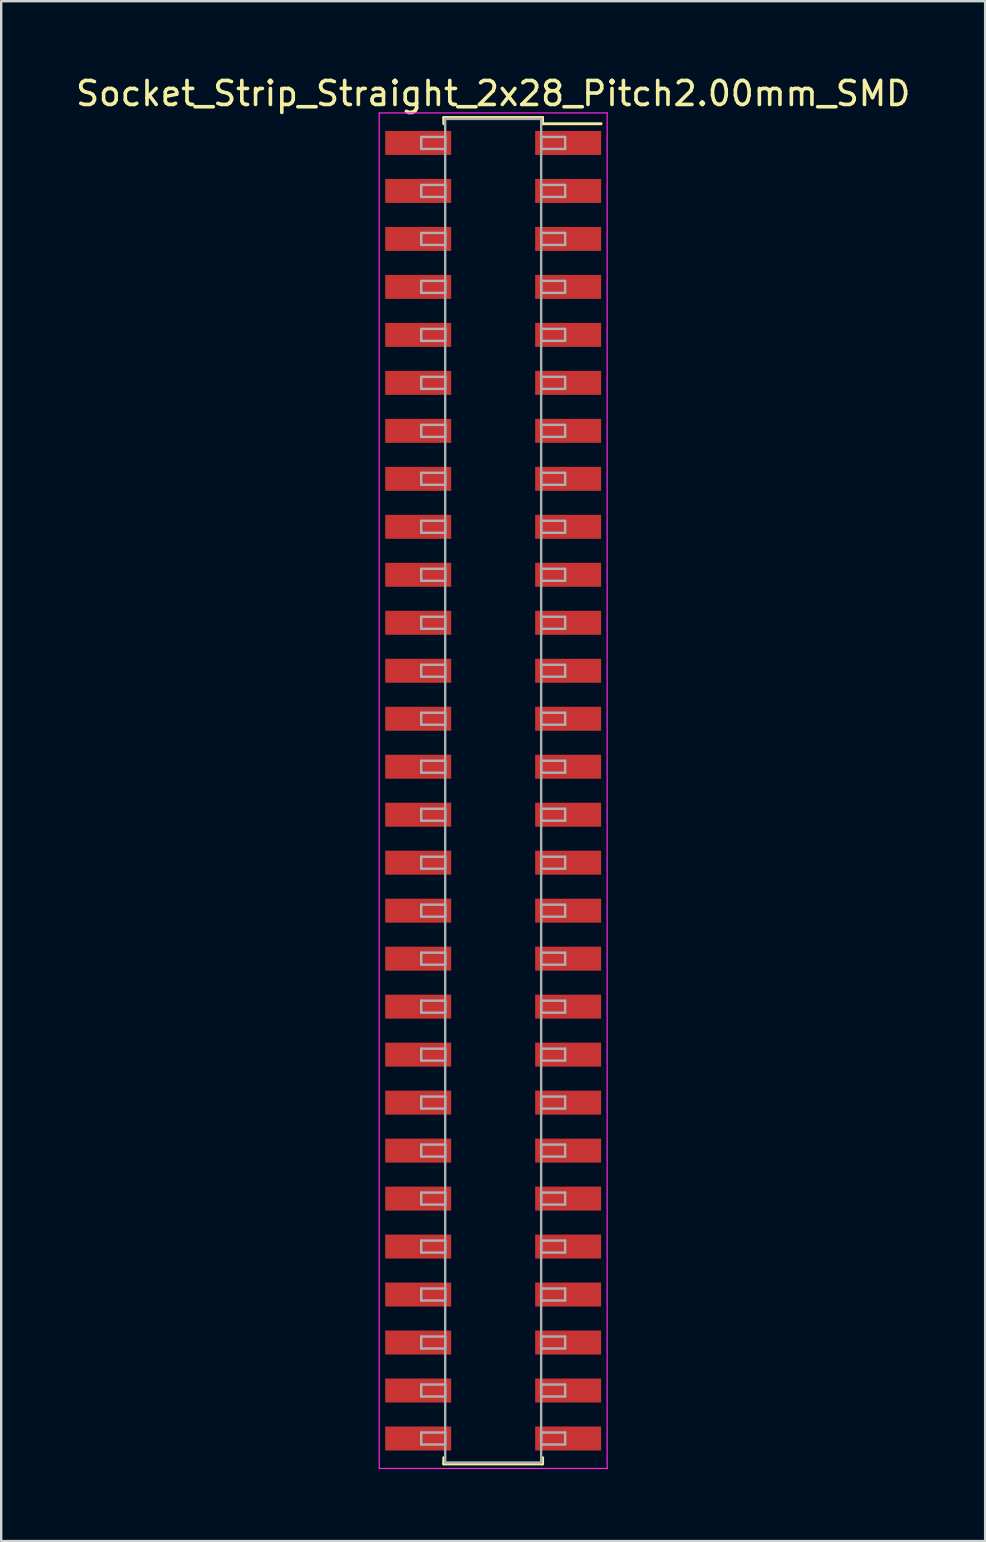
<source format=kicad_pcb>
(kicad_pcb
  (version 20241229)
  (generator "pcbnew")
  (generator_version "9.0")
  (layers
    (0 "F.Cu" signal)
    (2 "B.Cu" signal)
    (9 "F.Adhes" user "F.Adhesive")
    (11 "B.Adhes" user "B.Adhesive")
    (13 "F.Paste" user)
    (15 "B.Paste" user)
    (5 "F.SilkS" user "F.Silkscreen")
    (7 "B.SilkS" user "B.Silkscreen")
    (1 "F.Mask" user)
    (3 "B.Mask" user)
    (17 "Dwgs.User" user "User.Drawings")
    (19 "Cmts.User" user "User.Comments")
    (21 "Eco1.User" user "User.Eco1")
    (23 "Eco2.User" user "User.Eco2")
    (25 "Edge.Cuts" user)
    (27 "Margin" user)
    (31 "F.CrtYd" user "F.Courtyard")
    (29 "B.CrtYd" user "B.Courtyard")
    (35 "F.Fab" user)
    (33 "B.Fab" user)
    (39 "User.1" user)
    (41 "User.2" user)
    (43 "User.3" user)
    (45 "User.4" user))
  (footprint "Socket_Strip_Straight_2x28_Pitch2.00mm_SMD"
    (layer "F.Cu")
    (at 17.506 29.908)
    (property "Reference" "Socket_Strip_Straight_2x28_Pitch2.00mm_SMD" (at 0 -29.06 0) (layer "F.SilkS") (effects (font (size 1 1) (thickness 0.15))))
    (attr smd)
    (fp_line (start -2.06 -28.06) (end 2.06 -28.06) (stroke (width 0.12) (type solid)) (layer "F.SilkS"))
    (fp_line (start -2.06 -27.8) (end -2.06 -28.06) (stroke (width 0.12) (type solid)) (layer "F.SilkS"))
    (fp_line (start -2.06 27.8) (end -2.06 28.06) (stroke (width 0.12) (type solid)) (layer "F.SilkS"))
    (fp_line (start -2.06 28.06) (end 2.06 28.06) (stroke (width 0.12) (type solid)) (layer "F.SilkS"))
    (fp_line (start 2.06 -28.06) (end 2.06 -27.8) (stroke (width 0.12) (type solid)) (layer "F.SilkS"))
    (fp_line (start 2.06 28.06) (end 2.06 27.8) (stroke (width 0.12) (type solid)) (layer "F.SilkS"))
    (fp_line (start 4.5 -27.8) (end 2.06 -27.8) (stroke (width 0.12) (type solid)) (layer "F.SilkS"))
    (fp_line (start -4.75 -28.25) (end -4.75 28.25) (stroke (width 0.05) (type solid)) (layer "F.CrtYd"))
    (fp_line (start -4.75 28.25) (end 4.75 28.25) (stroke (width 0.05) (type solid)) (layer "F.CrtYd"))
    (fp_line (start 4.75 -28.25) (end -4.75 -28.25) (stroke (width 0.05) (type solid)) (layer "F.CrtYd"))
    (fp_line (start 4.75 28.25) (end 4.75 -28.25) (stroke (width 0.05) (type solid)) (layer "F.CrtYd"))
    (fp_line (start -3 -27.25) (end -2 -27.25) (stroke (width 0.1) (type solid)) (layer "F.Fab"))
    (fp_line (start -3 -26.75) (end -3 -27.25) (stroke (width 0.1) (type solid)) (layer "F.Fab"))
    (fp_line (start -3 -25.25) (end -2 -25.25) (stroke (width 0.1) (type solid)) (layer "F.Fab"))
    (fp_line (start -3 -24.75) (end -3 -25.25) (stroke (width 0.1) (type solid)) (layer "F.Fab"))
    (fp_line (start -3 -23.25) (end -2 -23.25) (stroke (width 0.1) (type solid)) (layer "F.Fab"))
    (fp_line (start -3 -22.75) (end -3 -23.25) (stroke (width 0.1) (type solid)) (layer "F.Fab"))
    (fp_line (start -3 -21.25) (end -2 -21.25) (stroke (width 0.1) (type solid)) (layer "F.Fab"))
    (fp_line (start -3 -20.75) (end -3 -21.25) (stroke (width 0.1) (type solid)) (layer "F.Fab"))
    (fp_line (start -3 -19.25) (end -2 -19.25) (stroke (width 0.1) (type solid)) (layer "F.Fab"))
    (fp_line (start -3 -18.75) (end -3 -19.25) (stroke (width 0.1) (type solid)) (layer "F.Fab"))
    (fp_line (start -3 -17.25) (end -2 -17.25) (stroke (width 0.1) (type solid)) (layer "F.Fab"))
    (fp_line (start -3 -16.75) (end -3 -17.25) (stroke (width 0.1) (type solid)) (layer "F.Fab"))
    (fp_line (start -3 -15.25) (end -2 -15.25) (stroke (width 0.1) (type solid)) (layer "F.Fab"))
    (fp_line (start -3 -14.75) (end -3 -15.25) (stroke (width 0.1) (type solid)) (layer "F.Fab"))
    (fp_line (start -3 -13.25) (end -2 -13.25) (stroke (width 0.1) (type solid)) (layer "F.Fab"))
    (fp_line (start -3 -12.75) (end -3 -13.25) (stroke (width 0.1) (type solid)) (layer "F.Fab"))
    (fp_line (start -3 -11.25) (end -2 -11.25) (stroke (width 0.1) (type solid)) (layer "F.Fab"))
    (fp_line (start -3 -10.75) (end -3 -11.25) (stroke (width 0.1) (type solid)) (layer "F.Fab"))
    (fp_line (start -3 -9.25) (end -2 -9.25) (stroke (width 0.1) (type solid)) (layer "F.Fab"))
    (fp_line (start -3 -8.75) (end -3 -9.25) (stroke (width 0.1) (type solid)) (layer "F.Fab"))
    (fp_line (start -3 -7.25) (end -2 -7.25) (stroke (width 0.1) (type solid)) (layer "F.Fab"))
    (fp_line (start -3 -6.75) (end -3 -7.25) (stroke (width 0.1) (type solid)) (layer "F.Fab"))
    (fp_line (start -3 -5.25) (end -2 -5.25) (stroke (width 0.1) (type solid)) (layer "F.Fab"))
    (fp_line (start -3 -4.75) (end -3 -5.25) (stroke (width 0.1) (type solid)) (layer "F.Fab"))
    (fp_line (start -3 -3.25) (end -2 -3.25) (stroke (width 0.1) (type solid)) (layer "F.Fab"))
    (fp_line (start -3 -2.75) (end -3 -3.25) (stroke (width 0.1) (type solid)) (layer "F.Fab"))
    (fp_line (start -3 -1.25) (end -2 -1.25) (stroke (width 0.1) (type solid)) (layer "F.Fab"))
    (fp_line (start -3 -0.75) (end -3 -1.25) (stroke (width 0.1) (type solid)) (layer "F.Fab"))
    (fp_line (start -3 0.75) (end -2 0.75) (stroke (width 0.1) (type solid)) (layer "F.Fab"))
    (fp_line (start -3 1.25) (end -3 0.75) (stroke (width 0.1) (type solid)) (layer "F.Fab"))
    (fp_line (start -3 2.75) (end -2 2.75) (stroke (width 0.1) (type solid)) (layer "F.Fab"))
    (fp_line (start -3 3.25) (end -3 2.75) (stroke (width 0.1) (type solid)) (layer "F.Fab"))
    (fp_line (start -3 4.75) (end -2 4.75) (stroke (width 0.1) (type solid)) (layer "F.Fab"))
    (fp_line (start -3 5.25) (end -3 4.75) (stroke (width 0.1) (type solid)) (layer "F.Fab"))
    (fp_line (start -3 6.75) (end -2 6.75) (stroke (width 0.1) (type solid)) (layer "F.Fab"))
    (fp_line (start -3 7.25) (end -3 6.75) (stroke (width 0.1) (type solid)) (layer "F.Fab"))
    (fp_line (start -3 8.75) (end -2 8.75) (stroke (width 0.1) (type solid)) (layer "F.Fab"))
    (fp_line (start -3 9.25) (end -3 8.75) (stroke (width 0.1) (type solid)) (layer "F.Fab"))
    (fp_line (start -3 10.75) (end -2 10.75) (stroke (width 0.1) (type solid)) (layer "F.Fab"))
    (fp_line (start -3 11.25) (end -3 10.75) (stroke (width 0.1) (type solid)) (layer "F.Fab"))
    (fp_line (start -3 12.75) (end -2 12.75) (stroke (width 0.1) (type solid)) (layer "F.Fab"))
    (fp_line (start -3 13.25) (end -3 12.75) (stroke (width 0.1) (type solid)) (layer "F.Fab"))
    (fp_line (start -3 14.75) (end -2 14.75) (stroke (width 0.1) (type solid)) (layer "F.Fab"))
    (fp_line (start -3 15.25) (end -3 14.75) (stroke (width 0.1) (type solid)) (layer "F.Fab"))
    (fp_line (start -3 16.75) (end -2 16.75) (stroke (width 0.1) (type solid)) (layer "F.Fab"))
    (fp_line (start -3 17.25) (end -3 16.75) (stroke (width 0.1) (type solid)) (layer "F.Fab"))
    (fp_line (start -3 18.75) (end -2 18.75) (stroke (width 0.1) (type solid)) (layer "F.Fab"))
    (fp_line (start -3 19.25) (end -3 18.75) (stroke (width 0.1) (type solid)) (layer "F.Fab"))
    (fp_line (start -3 20.75) (end -2 20.75) (stroke (width 0.1) (type solid)) (layer "F.Fab"))
    (fp_line (start -3 21.25) (end -3 20.75) (stroke (width 0.1) (type solid)) (layer "F.Fab"))
    (fp_line (start -3 22.75) (end -2 22.75) (stroke (width 0.1) (type solid)) (layer "F.Fab"))
    (fp_line (start -3 23.25) (end -3 22.75) (stroke (width 0.1) (type solid)) (layer "F.Fab"))
    (fp_line (start -3 24.75) (end -2 24.75) (stroke (width 0.1) (type solid)) (layer "F.Fab"))
    (fp_line (start -3 25.25) (end -3 24.75) (stroke (width 0.1) (type solid)) (layer "F.Fab"))
    (fp_line (start -3 26.75) (end -2 26.75) (stroke (width 0.1) (type solid)) (layer "F.Fab"))
    (fp_line (start -3 27.25) (end -3 26.75) (stroke (width 0.1) (type solid)) (layer "F.Fab"))
    (fp_line (start -2 -28) (end -2 28) (stroke (width 0.1) (type solid)) (layer "F.Fab"))
    (fp_line (start -2 -27.25) (end -2 -26.75) (stroke (width 0.1) (type solid)) (layer "F.Fab"))
    (fp_line (start -2 -26.75) (end -3 -26.75) (stroke (width 0.1) (type solid)) (layer "F.Fab"))
    (fp_line (start -2 -25.25) (end -2 -24.75) (stroke (width 0.1) (type solid)) (layer "F.Fab"))
    (fp_line (start -2 -24.75) (end -3 -24.75) (stroke (width 0.1) (type solid)) (layer "F.Fab"))
    (fp_line (start -2 -23.25) (end -2 -22.75) (stroke (width 0.1) (type solid)) (layer "F.Fab"))
    (fp_line (start -2 -22.75) (end -3 -22.75) (stroke (width 0.1) (type solid)) (layer "F.Fab"))
    (fp_line (start -2 -21.25) (end -2 -20.75) (stroke (width 0.1) (type solid)) (layer "F.Fab"))
    (fp_line (start -2 -20.75) (end -3 -20.75) (stroke (width 0.1) (type solid)) (layer "F.Fab"))
    (fp_line (start -2 -19.25) (end -2 -18.75) (stroke (width 0.1) (type solid)) (layer "F.Fab"))
    (fp_line (start -2 -18.75) (end -3 -18.75) (stroke (width 0.1) (type solid)) (layer "F.Fab"))
    (fp_line (start -2 -17.25) (end -2 -16.75) (stroke (width 0.1) (type solid)) (layer "F.Fab"))
    (fp_line (start -2 -16.75) (end -3 -16.75) (stroke (width 0.1) (type solid)) (layer "F.Fab"))
    (fp_line (start -2 -15.25) (end -2 -14.75) (stroke (width 0.1) (type solid)) (layer "F.Fab"))
    (fp_line (start -2 -14.75) (end -3 -14.75) (stroke (width 0.1) (type solid)) (layer "F.Fab"))
    (fp_line (start -2 -13.25) (end -2 -12.75) (stroke (width 0.1) (type solid)) (layer "F.Fab"))
    (fp_line (start -2 -12.75) (end -3 -12.75) (stroke (width 0.1) (type solid)) (layer "F.Fab"))
    (fp_line (start -2 -11.25) (end -2 -10.75) (stroke (width 0.1) (type solid)) (layer "F.Fab"))
    (fp_line (start -2 -10.75) (end -3 -10.75) (stroke (width 0.1) (type solid)) (layer "F.Fab"))
    (fp_line (start -2 -9.25) (end -2 -8.75) (stroke (width 0.1) (type solid)) (layer "F.Fab"))
    (fp_line (start -2 -8.75) (end -3 -8.75) (stroke (width 0.1) (type solid)) (layer "F.Fab"))
    (fp_line (start -2 -7.25) (end -2 -6.75) (stroke (width 0.1) (type solid)) (layer "F.Fab"))
    (fp_line (start -2 -6.75) (end -3 -6.75) (stroke (width 0.1) (type solid)) (layer "F.Fab"))
    (fp_line (start -2 -5.25) (end -2 -4.75) (stroke (width 0.1) (type solid)) (layer "F.Fab"))
    (fp_line (start -2 -4.75) (end -3 -4.75) (stroke (width 0.1) (type solid)) (layer "F.Fab"))
    (fp_line (start -2 -3.25) (end -2 -2.75) (stroke (width 0.1) (type solid)) (layer "F.Fab"))
    (fp_line (start -2 -2.75) (end -3 -2.75) (stroke (width 0.1) (type solid)) (layer "F.Fab"))
    (fp_line (start -2 -1.25) (end -2 -0.75) (stroke (width 0.1) (type solid)) (layer "F.Fab"))
    (fp_line (start -2 -0.75) (end -3 -0.75) (stroke (width 0.1) (type solid)) (layer "F.Fab"))
    (fp_line (start -2 0.75) (end -2 1.25) (stroke (width 0.1) (type solid)) (layer "F.Fab"))
    (fp_line (start -2 1.25) (end -3 1.25) (stroke (width 0.1) (type solid)) (layer "F.Fab"))
    (fp_line (start -2 2.75) (end -2 3.25) (stroke (width 0.1) (type solid)) (layer "F.Fab"))
    (fp_line (start -2 3.25) (end -3 3.25) (stroke (width 0.1) (type solid)) (layer "F.Fab"))
    (fp_line (start -2 4.75) (end -2 5.25) (stroke (width 0.1) (type solid)) (layer "F.Fab"))
    (fp_line (start -2 5.25) (end -3 5.25) (stroke (width 0.1) (type solid)) (layer "F.Fab"))
    (fp_line (start -2 6.75) (end -2 7.25) (stroke (width 0.1) (type solid)) (layer "F.Fab"))
    (fp_line (start -2 7.25) (end -3 7.25) (stroke (width 0.1) (type solid)) (layer "F.Fab"))
    (fp_line (start -2 8.75) (end -2 9.25) (stroke (width 0.1) (type solid)) (layer "F.Fab"))
    (fp_line (start -2 9.25) (end -3 9.25) (stroke (width 0.1) (type solid)) (layer "F.Fab"))
    (fp_line (start -2 10.75) (end -2 11.25) (stroke (width 0.1) (type solid)) (layer "F.Fab"))
    (fp_line (start -2 11.25) (end -3 11.25) (stroke (width 0.1) (type solid)) (layer "F.Fab"))
    (fp_line (start -2 12.75) (end -2 13.25) (stroke (width 0.1) (type solid)) (layer "F.Fab"))
    (fp_line (start -2 13.25) (end -3 13.25) (stroke (width 0.1) (type solid)) (layer "F.Fab"))
    (fp_line (start -2 14.75) (end -2 15.25) (stroke (width 0.1) (type solid)) (layer "F.Fab"))
    (fp_line (start -2 15.25) (end -3 15.25) (stroke (width 0.1) (type solid)) (layer "F.Fab"))
    (fp_line (start -2 16.75) (end -2 17.25) (stroke (width 0.1) (type solid)) (layer "F.Fab"))
    (fp_line (start -2 17.25) (end -3 17.25) (stroke (width 0.1) (type solid)) (layer "F.Fab"))
    (fp_line (start -2 18.75) (end -2 19.25) (stroke (width 0.1) (type solid)) (layer "F.Fab"))
    (fp_line (start -2 19.25) (end -3 19.25) (stroke (width 0.1) (type solid)) (layer "F.Fab"))
    (fp_line (start -2 20.75) (end -2 21.25) (stroke (width 0.1) (type solid)) (layer "F.Fab"))
    (fp_line (start -2 21.25) (end -3 21.25) (stroke (width 0.1) (type solid)) (layer "F.Fab"))
    (fp_line (start -2 22.75) (end -2 23.25) (stroke (width 0.1) (type solid)) (layer "F.Fab"))
    (fp_line (start -2 23.25) (end -3 23.25) (stroke (width 0.1) (type solid)) (layer "F.Fab"))
    (fp_line (start -2 24.75) (end -2 25.25) (stroke (width 0.1) (type solid)) (layer "F.Fab"))
    (fp_line (start -2 25.25) (end -3 25.25) (stroke (width 0.1) (type solid)) (layer "F.Fab"))
    (fp_line (start -2 26.75) (end -2 27.25) (stroke (width 0.1) (type solid)) (layer "F.Fab"))
    (fp_line (start -2 27.25) (end -3 27.25) (stroke (width 0.1) (type solid)) (layer "F.Fab"))
    (fp_line (start -2 28) (end 2 28) (stroke (width 0.1) (type solid)) (layer "F.Fab"))
    (fp_line (start 2 -28) (end -2 -28) (stroke (width 0.1) (type solid)) (layer "F.Fab"))
    (fp_line (start 2 -27.25) (end 2 -26.75) (stroke (width 0.1) (type solid)) (layer "F.Fab"))
    (fp_line (start 2 -26.75) (end 3 -26.75) (stroke (width 0.1) (type solid)) (layer "F.Fab"))
    (fp_line (start 2 -25.25) (end 2 -24.75) (stroke (width 0.1) (type solid)) (layer "F.Fab"))
    (fp_line (start 2 -24.75) (end 3 -24.75) (stroke (width 0.1) (type solid)) (layer "F.Fab"))
    (fp_line (start 2 -23.25) (end 2 -22.75) (stroke (width 0.1) (type solid)) (layer "F.Fab"))
    (fp_line (start 2 -22.75) (end 3 -22.75) (stroke (width 0.1) (type solid)) (layer "F.Fab"))
    (fp_line (start 2 -21.25) (end 2 -20.75) (stroke (width 0.1) (type solid)) (layer "F.Fab"))
    (fp_line (start 2 -20.75) (end 3 -20.75) (stroke (width 0.1) (type solid)) (layer "F.Fab"))
    (fp_line (start 2 -19.25) (end 2 -18.75) (stroke (width 0.1) (type solid)) (layer "F.Fab"))
    (fp_line (start 2 -18.75) (end 3 -18.75) (stroke (width 0.1) (type solid)) (layer "F.Fab"))
    (fp_line (start 2 -17.25) (end 2 -16.75) (stroke (width 0.1) (type solid)) (layer "F.Fab"))
    (fp_line (start 2 -16.75) (end 3 -16.75) (stroke (width 0.1) (type solid)) (layer "F.Fab"))
    (fp_line (start 2 -15.25) (end 2 -14.75) (stroke (width 0.1) (type solid)) (layer "F.Fab"))
    (fp_line (start 2 -14.75) (end 3 -14.75) (stroke (width 0.1) (type solid)) (layer "F.Fab"))
    (fp_line (start 2 -13.25) (end 2 -12.75) (stroke (width 0.1) (type solid)) (layer "F.Fab"))
    (fp_line (start 2 -12.75) (end 3 -12.75) (stroke (width 0.1) (type solid)) (layer "F.Fab"))
    (fp_line (start 2 -11.25) (end 2 -10.75) (stroke (width 0.1) (type solid)) (layer "F.Fab"))
    (fp_line (start 2 -10.75) (end 3 -10.75) (stroke (width 0.1) (type solid)) (layer "F.Fab"))
    (fp_line (start 2 -9.25) (end 2 -8.75) (stroke (width 0.1) (type solid)) (layer "F.Fab"))
    (fp_line (start 2 -8.75) (end 3 -8.75) (stroke (width 0.1) (type solid)) (layer "F.Fab"))
    (fp_line (start 2 -7.25) (end 2 -6.75) (stroke (width 0.1) (type solid)) (layer "F.Fab"))
    (fp_line (start 2 -6.75) (end 3 -6.75) (stroke (width 0.1) (type solid)) (layer "F.Fab"))
    (fp_line (start 2 -5.25) (end 2 -4.75) (stroke (width 0.1) (type solid)) (layer "F.Fab"))
    (fp_line (start 2 -4.75) (end 3 -4.75) (stroke (width 0.1) (type solid)) (layer "F.Fab"))
    (fp_line (start 2 -3.25) (end 2 -2.75) (stroke (width 0.1) (type solid)) (layer "F.Fab"))
    (fp_line (start 2 -2.75) (end 3 -2.75) (stroke (width 0.1) (type solid)) (layer "F.Fab"))
    (fp_line (start 2 -1.25) (end 2 -0.75) (stroke (width 0.1) (type solid)) (layer "F.Fab"))
    (fp_line (start 2 -0.75) (end 3 -0.75) (stroke (width 0.1) (type solid)) (layer "F.Fab"))
    (fp_line (start 2 0.75) (end 2 1.25) (stroke (width 0.1) (type solid)) (layer "F.Fab"))
    (fp_line (start 2 1.25) (end 3 1.25) (stroke (width 0.1) (type solid)) (layer "F.Fab"))
    (fp_line (start 2 2.75) (end 2 3.25) (stroke (width 0.1) (type solid)) (layer "F.Fab"))
    (fp_line (start 2 3.25) (end 3 3.25) (stroke (width 0.1) (type solid)) (layer "F.Fab"))
    (fp_line (start 2 4.75) (end 2 5.25) (stroke (width 0.1) (type solid)) (layer "F.Fab"))
    (fp_line (start 2 5.25) (end 3 5.25) (stroke (width 0.1) (type solid)) (layer "F.Fab"))
    (fp_line (start 2 6.75) (end 2 7.25) (stroke (width 0.1) (type solid)) (layer "F.Fab"))
    (fp_line (start 2 7.25) (end 3 7.25) (stroke (width 0.1) (type solid)) (layer "F.Fab"))
    (fp_line (start 2 8.75) (end 2 9.25) (stroke (width 0.1) (type solid)) (layer "F.Fab"))
    (fp_line (start 2 9.25) (end 3 9.25) (stroke (width 0.1) (type solid)) (layer "F.Fab"))
    (fp_line (start 2 10.75) (end 2 11.25) (stroke (width 0.1) (type solid)) (layer "F.Fab"))
    (fp_line (start 2 11.25) (end 3 11.25) (stroke (width 0.1) (type solid)) (layer "F.Fab"))
    (fp_line (start 2 12.75) (end 2 13.25) (stroke (width 0.1) (type solid)) (layer "F.Fab"))
    (fp_line (start 2 13.25) (end 3 13.25) (stroke (width 0.1) (type solid)) (layer "F.Fab"))
    (fp_line (start 2 14.75) (end 2 15.25) (stroke (width 0.1) (type solid)) (layer "F.Fab"))
    (fp_line (start 2 15.25) (end 3 15.25) (stroke (width 0.1) (type solid)) (layer "F.Fab"))
    (fp_line (start 2 16.75) (end 2 17.25) (stroke (width 0.1) (type solid)) (layer "F.Fab"))
    (fp_line (start 2 17.25) (end 3 17.25) (stroke (width 0.1) (type solid)) (layer "F.Fab"))
    (fp_line (start 2 18.75) (end 2 19.25) (stroke (width 0.1) (type solid)) (layer "F.Fab"))
    (fp_line (start 2 19.25) (end 3 19.25) (stroke (width 0.1) (type solid)) (layer "F.Fab"))
    (fp_line (start 2 20.75) (end 2 21.25) (stroke (width 0.1) (type solid)) (layer "F.Fab"))
    (fp_line (start 2 21.25) (end 3 21.25) (stroke (width 0.1) (type solid)) (layer "F.Fab"))
    (fp_line (start 2 22.75) (end 2 23.25) (stroke (width 0.1) (type solid)) (layer "F.Fab"))
    (fp_line (start 2 23.25) (end 3 23.25) (stroke (width 0.1) (type solid)) (layer "F.Fab"))
    (fp_line (start 2 24.75) (end 2 25.25) (stroke (width 0.1) (type solid)) (layer "F.Fab"))
    (fp_line (start 2 25.25) (end 3 25.25) (stroke (width 0.1) (type solid)) (layer "F.Fab"))
    (fp_line (start 2 26.75) (end 2 27.25) (stroke (width 0.1) (type solid)) (layer "F.Fab"))
    (fp_line (start 2 27.25) (end 3 27.25) (stroke (width 0.1) (type solid)) (layer "F.Fab"))
    (fp_line (start 2 28) (end 2 -28) (stroke (width 0.1) (type solid)) (layer "F.Fab"))
    (fp_line (start 3 -27.25) (end 2 -27.25) (stroke (width 0.1) (type solid)) (layer "F.Fab"))
    (fp_line (start 3 -26.75) (end 3 -27.25) (stroke (width 0.1) (type solid)) (layer "F.Fab"))
    (fp_line (start 3 -25.25) (end 2 -25.25) (stroke (width 0.1) (type solid)) (layer "F.Fab"))
    (fp_line (start 3 -24.75) (end 3 -25.25) (stroke (width 0.1) (type solid)) (layer "F.Fab"))
    (fp_line (start 3 -23.25) (end 2 -23.25) (stroke (width 0.1) (type solid)) (layer "F.Fab"))
    (fp_line (start 3 -22.75) (end 3 -23.25) (stroke (width 0.1) (type solid)) (layer "F.Fab"))
    (fp_line (start 3 -21.25) (end 2 -21.25) (stroke (width 0.1) (type solid)) (layer "F.Fab"))
    (fp_line (start 3 -20.75) (end 3 -21.25) (stroke (width 0.1) (type solid)) (layer "F.Fab"))
    (fp_line (start 3 -19.25) (end 2 -19.25) (stroke (width 0.1) (type solid)) (layer "F.Fab"))
    (fp_line (start 3 -18.75) (end 3 -19.25) (stroke (width 0.1) (type solid)) (layer "F.Fab"))
    (fp_line (start 3 -17.25) (end 2 -17.25) (stroke (width 0.1) (type solid)) (layer "F.Fab"))
    (fp_line (start 3 -16.75) (end 3 -17.25) (stroke (width 0.1) (type solid)) (layer "F.Fab"))
    (fp_line (start 3 -15.25) (end 2 -15.25) (stroke (width 0.1) (type solid)) (layer "F.Fab"))
    (fp_line (start 3 -14.75) (end 3 -15.25) (stroke (width 0.1) (type solid)) (layer "F.Fab"))
    (fp_line (start 3 -13.25) (end 2 -13.25) (stroke (width 0.1) (type solid)) (layer "F.Fab"))
    (fp_line (start 3 -12.75) (end 3 -13.25) (stroke (width 0.1) (type solid)) (layer "F.Fab"))
    (fp_line (start 3 -11.25) (end 2 -11.25) (stroke (width 0.1) (type solid)) (layer "F.Fab"))
    (fp_line (start 3 -10.75) (end 3 -11.25) (stroke (width 0.1) (type solid)) (layer "F.Fab"))
    (fp_line (start 3 -9.25) (end 2 -9.25) (stroke (width 0.1) (type solid)) (layer "F.Fab"))
    (fp_line (start 3 -8.75) (end 3 -9.25) (stroke (width 0.1) (type solid)) (layer "F.Fab"))
    (fp_line (start 3 -7.25) (end 2 -7.25) (stroke (width 0.1) (type solid)) (layer "F.Fab"))
    (fp_line (start 3 -6.75) (end 3 -7.25) (stroke (width 0.1) (type solid)) (layer "F.Fab"))
    (fp_line (start 3 -5.25) (end 2 -5.25) (stroke (width 0.1) (type solid)) (layer "F.Fab"))
    (fp_line (start 3 -4.75) (end 3 -5.25) (stroke (width 0.1) (type solid)) (layer "F.Fab"))
    (fp_line (start 3 -3.25) (end 2 -3.25) (stroke (width 0.1) (type solid)) (layer "F.Fab"))
    (fp_line (start 3 -2.75) (end 3 -3.25) (stroke (width 0.1) (type solid)) (layer "F.Fab"))
    (fp_line (start 3 -1.25) (end 2 -1.25) (stroke (width 0.1) (type solid)) (layer "F.Fab"))
    (fp_line (start 3 -0.75) (end 3 -1.25) (stroke (width 0.1) (type solid)) (layer "F.Fab"))
    (fp_line (start 3 0.75) (end 2 0.75) (stroke (width 0.1) (type solid)) (layer "F.Fab"))
    (fp_line (start 3 1.25) (end 3 0.75) (stroke (width 0.1) (type solid)) (layer "F.Fab"))
    (fp_line (start 3 2.75) (end 2 2.75) (stroke (width 0.1) (type solid)) (layer "F.Fab"))
    (fp_line (start 3 3.25) (end 3 2.75) (stroke (width 0.1) (type solid)) (layer "F.Fab"))
    (fp_line (start 3 4.75) (end 2 4.75) (stroke (width 0.1) (type solid)) (layer "F.Fab"))
    (fp_line (start 3 5.25) (end 3 4.75) (stroke (width 0.1) (type solid)) (layer "F.Fab"))
    (fp_line (start 3 6.75) (end 2 6.75) (stroke (width 0.1) (type solid)) (layer "F.Fab"))
    (fp_line (start 3 7.25) (end 3 6.75) (stroke (width 0.1) (type solid)) (layer "F.Fab"))
    (fp_line (start 3 8.75) (end 2 8.75) (stroke (width 0.1) (type solid)) (layer "F.Fab"))
    (fp_line (start 3 9.25) (end 3 8.75) (stroke (width 0.1) (type solid)) (layer "F.Fab"))
    (fp_line (start 3 10.75) (end 2 10.75) (stroke (width 0.1) (type solid)) (layer "F.Fab"))
    (fp_line (start 3 11.25) (end 3 10.75) (stroke (width 0.1) (type solid)) (layer "F.Fab"))
    (fp_line (start 3 12.75) (end 2 12.75) (stroke (width 0.1) (type solid)) (layer "F.Fab"))
    (fp_line (start 3 13.25) (end 3 12.75) (stroke (width 0.1) (type solid)) (layer "F.Fab"))
    (fp_line (start 3 14.75) (end 2 14.75) (stroke (width 0.1) (type solid)) (layer "F.Fab"))
    (fp_line (start 3 15.25) (end 3 14.75) (stroke (width 0.1) (type solid)) (layer "F.Fab"))
    (fp_line (start 3 16.75) (end 2 16.75) (stroke (width 0.1) (type solid)) (layer "F.Fab"))
    (fp_line (start 3 17.25) (end 3 16.75) (stroke (width 0.1) (type solid)) (layer "F.Fab"))
    (fp_line (start 3 18.75) (end 2 18.75) (stroke (width 0.1) (type solid)) (layer "F.Fab"))
    (fp_line (start 3 19.25) (end 3 18.75) (stroke (width 0.1) (type solid)) (layer "F.Fab"))
    (fp_line (start 3 20.75) (end 2 20.75) (stroke (width 0.1) (type solid)) (layer "F.Fab"))
    (fp_line (start 3 21.25) (end 3 20.75) (stroke (width 0.1) (type solid)) (layer "F.Fab"))
    (fp_line (start 3 22.75) (end 2 22.75) (stroke (width 0.1) (type solid)) (layer "F.Fab"))
    (fp_line (start 3 23.25) (end 3 22.75) (stroke (width 0.1) (type solid)) (layer "F.Fab"))
    (fp_line (start 3 24.75) (end 2 24.75) (stroke (width 0.1) (type solid)) (layer "F.Fab"))
    (fp_line (start 3 25.25) (end 3 24.75) (stroke (width 0.1) (type solid)) (layer "F.Fab"))
    (fp_line (start 3 26.75) (end 2 26.75) (stroke (width 0.1) (type solid)) (layer "F.Fab"))
    (fp_line (start 3 27.25) (end 3 26.75) (stroke (width 0.1) (type solid)) (layer "F.Fab"))
    (pad "1" smd rect (at 3.125 -27) (size 2.75 1) (layers "F.Cu" "F.Mask"))
    (pad "2" smd rect (at -3.125 -27) (size 2.75 1) (layers "F.Cu" "F.Mask"))
    (pad "3" smd rect (at 3.125 -25) (size 2.75 1) (layers "F.Cu" "F.Mask"))
    (pad "4" smd rect (at -3.125 -25) (size 2.75 1) (layers "F.Cu" "F.Mask"))
    (pad "5" smd rect (at 3.125 -23) (size 2.75 1) (layers "F.Cu" "F.Mask"))
    (pad "6" smd rect (at -3.125 -23) (size 2.75 1) (layers "F.Cu" "F.Mask"))
    (pad "7" smd rect (at 3.125 -21) (size 2.75 1) (layers "F.Cu" "F.Mask"))
    (pad "8" smd rect (at -3.125 -21) (size 2.75 1) (layers "F.Cu" "F.Mask"))
    (pad "9" smd rect (at 3.125 -19) (size 2.75 1) (layers "F.Cu" "F.Mask"))
    (pad "10" smd rect (at -3.125 -19) (size 2.75 1) (layers "F.Cu" "F.Mask"))
    (pad "11" smd rect (at 3.125 -17) (size 2.75 1) (layers "F.Cu" "F.Mask"))
    (pad "12" smd rect (at -3.125 -17) (size 2.75 1) (layers "F.Cu" "F.Mask"))
    (pad "13" smd rect (at 3.125 -15) (size 2.75 1) (layers "F.Cu" "F.Mask"))
    (pad "14" smd rect (at -3.125 -15) (size 2.75 1) (layers "F.Cu" "F.Mask"))
    (pad "15" smd rect (at 3.125 -13) (size 2.75 1) (layers "F.Cu" "F.Mask"))
    (pad "16" smd rect (at -3.125 -13) (size 2.75 1) (layers "F.Cu" "F.Mask"))
    (pad "17" smd rect (at 3.125 -11) (size 2.75 1) (layers "F.Cu" "F.Mask"))
    (pad "18" smd rect (at -3.125 -11) (size 2.75 1) (layers "F.Cu" "F.Mask"))
    (pad "19" smd rect (at 3.125 -9) (size 2.75 1) (layers "F.Cu" "F.Mask"))
    (pad "20" smd rect (at -3.125 -9) (size 2.75 1) (layers "F.Cu" "F.Mask"))
    (pad "21" smd rect (at 3.125 -7) (size 2.75 1) (layers "F.Cu" "F.Mask"))
    (pad "22" smd rect (at -3.125 -7) (size 2.75 1) (layers "F.Cu" "F.Mask"))
    (pad "23" smd rect (at 3.125 -5) (size 2.75 1) (layers "F.Cu" "F.Mask"))
    (pad "24" smd rect (at -3.125 -5) (size 2.75 1) (layers "F.Cu" "F.Mask"))
    (pad "25" smd rect (at 3.125 -3) (size 2.75 1) (layers "F.Cu" "F.Mask"))
    (pad "26" smd rect (at -3.125 -3) (size 2.75 1) (layers "F.Cu" "F.Mask"))
    (pad "27" smd rect (at 3.125 -1) (size 2.75 1) (layers "F.Cu" "F.Mask"))
    (pad "28" smd rect (at -3.125 -1) (size 2.75 1) (layers "F.Cu" "F.Mask"))
    (pad "29" smd rect (at 3.125 1) (size 2.75 1) (layers "F.Cu" "F.Mask"))
    (pad "30" smd rect (at -3.125 1) (size 2.75 1) (layers "F.Cu" "F.Mask"))
    (pad "31" smd rect (at 3.125 3) (size 2.75 1) (layers "F.Cu" "F.Mask"))
    (pad "32" smd rect (at -3.125 3) (size 2.75 1) (layers "F.Cu" "F.Mask"))
    (pad "33" smd rect (at 3.125 5) (size 2.75 1) (layers "F.Cu" "F.Mask"))
    (pad "34" smd rect (at -3.125 5) (size 2.75 1) (layers "F.Cu" "F.Mask"))
    (pad "35" smd rect (at 3.125 7) (size 2.75 1) (layers "F.Cu" "F.Mask"))
    (pad "36" smd rect (at -3.125 7) (size 2.75 1) (layers "F.Cu" "F.Mask"))
    (pad "37" smd rect (at 3.125 9) (size 2.75 1) (layers "F.Cu" "F.Mask"))
    (pad "38" smd rect (at -3.125 9) (size 2.75 1) (layers "F.Cu" "F.Mask"))
    (pad "39" smd rect (at 3.125 11) (size 2.75 1) (layers "F.Cu" "F.Mask"))
    (pad "40" smd rect (at -3.125 11) (size 2.75 1) (layers "F.Cu" "F.Mask"))
    (pad "41" smd rect (at 3.125 13) (size 2.75 1) (layers "F.Cu" "F.Mask"))
    (pad "42" smd rect (at -3.125 13) (size 2.75 1) (layers "F.Cu" "F.Mask"))
    (pad "43" smd rect (at 3.125 15) (size 2.75 1) (layers "F.Cu" "F.Mask"))
    (pad "44" smd rect (at -3.125 15) (size 2.75 1) (layers "F.Cu" "F.Mask"))
    (pad "45" smd rect (at 3.125 17) (size 2.75 1) (layers "F.Cu" "F.Mask"))
    (pad "46" smd rect (at -3.125 17) (size 2.75 1) (layers "F.Cu" "F.Mask"))
    (pad "47" smd rect (at 3.125 19) (size 2.75 1) (layers "F.Cu" "F.Mask"))
    (pad "48" smd rect (at -3.125 19) (size 2.75 1) (layers "F.Cu" "F.Mask"))
    (pad "49" smd rect (at 3.125 21) (size 2.75 1) (layers "F.Cu" "F.Mask"))
    (pad "50" smd rect (at -3.125 21) (size 2.75 1) (layers "F.Cu" "F.Mask"))
    (pad "51" smd rect (at 3.125 23) (size 2.75 1) (layers "F.Cu" "F.Mask"))
    (pad "52" smd rect (at -3.125 23) (size 2.75 1) (layers "F.Cu" "F.Mask"))
    (pad "53" smd rect (at 3.125 25) (size 2.75 1) (layers "F.Cu" "F.Mask"))
    (pad "54" smd rect (at -3.125 25) (size 2.75 1) (layers "F.Cu" "F.Mask"))
    (pad "55" smd rect (at 3.125 27) (size 2.75 1) (layers "F.Cu" "F.Mask"))
    (pad "56" smd rect (at -3.125 27) (size 2.75 1) (layers "F.Cu" "F.Mask")))
  (gr_rect
    (start -3 -3)
    (end 38.012 61.183)
    (stroke (width 0.1) (type default))
    (fill no)
    (layer "Edge.Cuts")))
</source>
